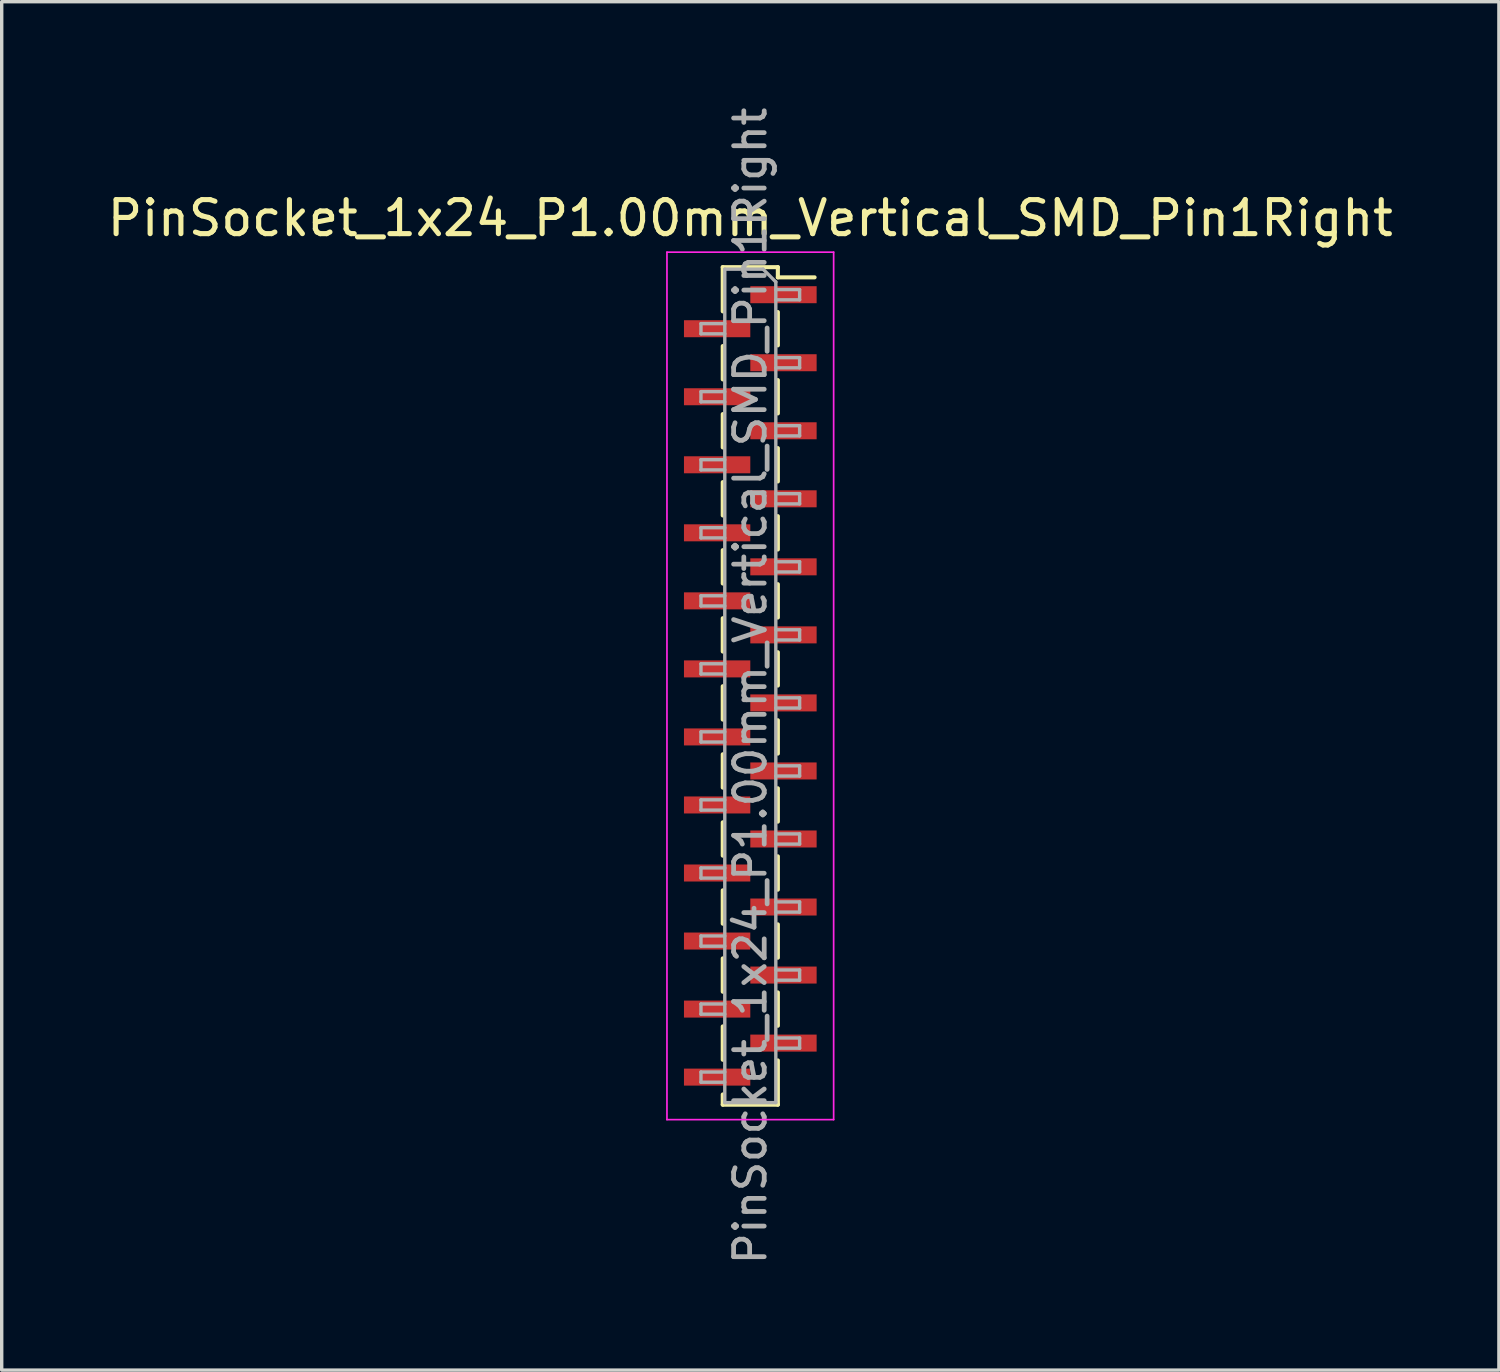
<source format=kicad_pcb>
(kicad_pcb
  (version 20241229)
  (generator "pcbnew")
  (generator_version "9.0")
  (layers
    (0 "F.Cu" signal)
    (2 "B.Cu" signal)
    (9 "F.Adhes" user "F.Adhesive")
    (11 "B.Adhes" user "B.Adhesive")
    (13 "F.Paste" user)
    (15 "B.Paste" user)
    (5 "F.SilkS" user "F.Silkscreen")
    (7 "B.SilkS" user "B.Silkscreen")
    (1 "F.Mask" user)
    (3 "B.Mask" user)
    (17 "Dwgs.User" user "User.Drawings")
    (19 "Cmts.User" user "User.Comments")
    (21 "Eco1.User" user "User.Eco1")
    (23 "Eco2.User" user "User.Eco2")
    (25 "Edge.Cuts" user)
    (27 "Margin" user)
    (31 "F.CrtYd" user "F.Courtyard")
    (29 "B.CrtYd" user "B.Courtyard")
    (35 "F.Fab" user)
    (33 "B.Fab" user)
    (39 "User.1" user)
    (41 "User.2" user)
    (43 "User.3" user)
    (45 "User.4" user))
  (footprint "PinSocket_1x24_P1.00mm_Vertical_SMD_Pin1Right"
    (layer "F.Cu")
    (at 19.006 17.113)
    (property "Reference" "PinSocket_1x24_P1.00mm_Vertical_SMD_Pin1Right" (at 0 -13.75 0) (layer "F.SilkS") (effects (font (size 1 1) (thickness 0.15))))
    (attr smd)
    (fp_line (start -0.81 -12.31) (end -0.81 -11.01) (stroke (width 0.12) (type solid)) (layer "F.SilkS"))
    (fp_line (start -0.81 -12.31) (end 0.81 -12.31) (stroke (width 0.12) (type solid)) (layer "F.SilkS"))
    (fp_line (start -0.81 -9.99) (end -0.81 -9.01) (stroke (width 0.12) (type solid)) (layer "F.SilkS"))
    (fp_line (start -0.81 -7.99) (end -0.81 -7.01) (stroke (width 0.12) (type solid)) (layer "F.SilkS"))
    (fp_line (start -0.81 -5.99) (end -0.81 -5.01) (stroke (width 0.12) (type solid)) (layer "F.SilkS"))
    (fp_line (start -0.81 -3.99) (end -0.81 -3.01) (stroke (width 0.12) (type solid)) (layer "F.SilkS"))
    (fp_line (start -0.81 -1.99) (end -0.81 -1.01) (stroke (width 0.12) (type solid)) (layer "F.SilkS"))
    (fp_line (start -0.81 0.01) (end -0.81 0.99) (stroke (width 0.12) (type solid)) (layer "F.SilkS"))
    (fp_line (start -0.81 2.01) (end -0.81 2.99) (stroke (width 0.12) (type solid)) (layer "F.SilkS"))
    (fp_line (start -0.81 4.01) (end -0.81 4.99) (stroke (width 0.12) (type solid)) (layer "F.SilkS"))
    (fp_line (start -0.81 6.01) (end -0.81 6.99) (stroke (width 0.12) (type solid)) (layer "F.SilkS"))
    (fp_line (start -0.81 8.01) (end -0.81 8.99) (stroke (width 0.12) (type solid)) (layer "F.SilkS"))
    (fp_line (start -0.81 10.01) (end -0.81 10.99) (stroke (width 0.12) (type solid)) (layer "F.SilkS"))
    (fp_line (start -0.81 12.01) (end -0.81 12.31) (stroke (width 0.12) (type solid)) (layer "F.SilkS"))
    (fp_line (start -0.81 12.31) (end 0.81 12.31) (stroke (width 0.12) (type solid)) (layer "F.SilkS"))
    (fp_line (start 0.81 -12.31) (end 0.81 -12.01) (stroke (width 0.12) (type solid)) (layer "F.SilkS"))
    (fp_line (start 0.81 -12.01) (end 1.89 -12.01) (stroke (width 0.12) (type solid)) (layer "F.SilkS"))
    (fp_line (start 0.81 -10.99) (end 0.81 -10.01) (stroke (width 0.12) (type solid)) (layer "F.SilkS"))
    (fp_line (start 0.81 -8.99) (end 0.81 -8.01) (stroke (width 0.12) (type solid)) (layer "F.SilkS"))
    (fp_line (start 0.81 -6.99) (end 0.81 -6.01) (stroke (width 0.12) (type solid)) (layer "F.SilkS"))
    (fp_line (start 0.81 -4.99) (end 0.81 -4.01) (stroke (width 0.12) (type solid)) (layer "F.SilkS"))
    (fp_line (start 0.81 -2.99) (end 0.81 -2.01) (stroke (width 0.12) (type solid)) (layer "F.SilkS"))
    (fp_line (start 0.81 -0.99) (end 0.81 -0.01) (stroke (width 0.12) (type solid)) (layer "F.SilkS"))
    (fp_line (start 0.81 1.01) (end 0.81 1.99) (stroke (width 0.12) (type solid)) (layer "F.SilkS"))
    (fp_line (start 0.81 3.01) (end 0.81 3.99) (stroke (width 0.12) (type solid)) (layer "F.SilkS"))
    (fp_line (start 0.81 5.01) (end 0.81 5.99) (stroke (width 0.12) (type solid)) (layer "F.SilkS"))
    (fp_line (start 0.81 7.01) (end 0.81 7.99) (stroke (width 0.12) (type solid)) (layer "F.SilkS"))
    (fp_line (start 0.81 9.01) (end 0.81 9.99) (stroke (width 0.12) (type solid)) (layer "F.SilkS"))
    (fp_line (start 0.81 11.01) (end 0.81 12.31) (stroke (width 0.12) (type solid)) (layer "F.SilkS"))
    (fp_line (start -2.45 -12.75) (end 2.45 -12.75) (stroke (width 0.05) (type solid)) (layer "F.CrtYd"))
    (fp_line (start -2.45 12.75) (end -2.45 -12.75) (stroke (width 0.05) (type solid)) (layer "F.CrtYd"))
    (fp_line (start 2.45 -12.75) (end 2.45 12.75) (stroke (width 0.05) (type solid)) (layer "F.CrtYd"))
    (fp_line (start 2.45 12.75) (end -2.45 12.75) (stroke (width 0.05) (type solid)) (layer "F.CrtYd"))
    (fp_line (start -1.45 -10.65) (end -0.75 -10.65) (stroke (width 0.1) (type solid)) (layer "F.Fab"))
    (fp_line (start -1.45 -10.35) (end -1.45 -10.65) (stroke (width 0.1) (type solid)) (layer "F.Fab"))
    (fp_line (start -1.45 -8.65) (end -0.75 -8.65) (stroke (width 0.1) (type solid)) (layer "F.Fab"))
    (fp_line (start -1.45 -8.35) (end -1.45 -8.65) (stroke (width 0.1) (type solid)) (layer "F.Fab"))
    (fp_line (start -1.45 -6.65) (end -0.75 -6.65) (stroke (width 0.1) (type solid)) (layer "F.Fab"))
    (fp_line (start -1.45 -6.35) (end -1.45 -6.65) (stroke (width 0.1) (type solid)) (layer "F.Fab"))
    (fp_line (start -1.45 -4.65) (end -0.75 -4.65) (stroke (width 0.1) (type solid)) (layer "F.Fab"))
    (fp_line (start -1.45 -4.35) (end -1.45 -4.65) (stroke (width 0.1) (type solid)) (layer "F.Fab"))
    (fp_line (start -1.45 -2.65) (end -0.75 -2.65) (stroke (width 0.1) (type solid)) (layer "F.Fab"))
    (fp_line (start -1.45 -2.35) (end -1.45 -2.65) (stroke (width 0.1) (type solid)) (layer "F.Fab"))
    (fp_line (start -1.45 -0.65) (end -0.75 -0.65) (stroke (width 0.1) (type solid)) (layer "F.Fab"))
    (fp_line (start -1.45 -0.35) (end -1.45 -0.65) (stroke (width 0.1) (type solid)) (layer "F.Fab"))
    (fp_line (start -1.45 1.35) (end -0.75 1.35) (stroke (width 0.1) (type solid)) (layer "F.Fab"))
    (fp_line (start -1.45 1.65) (end -1.45 1.35) (stroke (width 0.1) (type solid)) (layer "F.Fab"))
    (fp_line (start -1.45 3.35) (end -0.75 3.35) (stroke (width 0.1) (type solid)) (layer "F.Fab"))
    (fp_line (start -1.45 3.65) (end -1.45 3.35) (stroke (width 0.1) (type solid)) (layer "F.Fab"))
    (fp_line (start -1.45 5.35) (end -0.75 5.35) (stroke (width 0.1) (type solid)) (layer "F.Fab"))
    (fp_line (start -1.45 5.65) (end -1.45 5.35) (stroke (width 0.1) (type solid)) (layer "F.Fab"))
    (fp_line (start -1.45 7.35) (end -0.75 7.35) (stroke (width 0.1) (type solid)) (layer "F.Fab"))
    (fp_line (start -1.45 7.65) (end -1.45 7.35) (stroke (width 0.1) (type solid)) (layer "F.Fab"))
    (fp_line (start -1.45 9.35) (end -0.75 9.35) (stroke (width 0.1) (type solid)) (layer "F.Fab"))
    (fp_line (start -1.45 9.65) (end -1.45 9.35) (stroke (width 0.1) (type solid)) (layer "F.Fab"))
    (fp_line (start -1.45 11.35) (end -0.75 11.35) (stroke (width 0.1) (type solid)) (layer "F.Fab"))
    (fp_line (start -1.45 11.65) (end -1.45 11.35) (stroke (width 0.1) (type solid)) (layer "F.Fab"))
    (fp_line (start -0.75 -12.25) (end 0.375 -12.25) (stroke (width 0.1) (type solid)) (layer "F.Fab"))
    (fp_line (start -0.75 -10.35) (end -1.45 -10.35) (stroke (width 0.1) (type solid)) (layer "F.Fab"))
    (fp_line (start -0.75 -8.35) (end -1.45 -8.35) (stroke (width 0.1) (type solid)) (layer "F.Fab"))
    (fp_line (start -0.75 -6.35) (end -1.45 -6.35) (stroke (width 0.1) (type solid)) (layer "F.Fab"))
    (fp_line (start -0.75 -4.35) (end -1.45 -4.35) (stroke (width 0.1) (type solid)) (layer "F.Fab"))
    (fp_line (start -0.75 -2.35) (end -1.45 -2.35) (stroke (width 0.1) (type solid)) (layer "F.Fab"))
    (fp_line (start -0.75 -0.35) (end -1.45 -0.35) (stroke (width 0.1) (type solid)) (layer "F.Fab"))
    (fp_line (start -0.75 1.65) (end -1.45 1.65) (stroke (width 0.1) (type solid)) (layer "F.Fab"))
    (fp_line (start -0.75 3.65) (end -1.45 3.65) (stroke (width 0.1) (type solid)) (layer "F.Fab"))
    (fp_line (start -0.75 5.65) (end -1.45 5.65) (stroke (width 0.1) (type solid)) (layer "F.Fab"))
    (fp_line (start -0.75 7.65) (end -1.45 7.65) (stroke (width 0.1) (type solid)) (layer "F.Fab"))
    (fp_line (start -0.75 9.65) (end -1.45 9.65) (stroke (width 0.1) (type solid)) (layer "F.Fab"))
    (fp_line (start -0.75 11.65) (end -1.45 11.65) (stroke (width 0.1) (type solid)) (layer "F.Fab"))
    (fp_line (start -0.75 12.25) (end -0.75 -12.25) (stroke (width 0.1) (type solid)) (layer "F.Fab"))
    (fp_line (start 0.375 -12.25) (end 0.75 -11.875) (stroke (width 0.1) (type solid)) (layer "F.Fab"))
    (fp_line (start 0.75 -11.875) (end 0.75 12.25) (stroke (width 0.1) (type solid)) (layer "F.Fab"))
    (fp_line (start 0.75 -11.65) (end 1.45 -11.65) (stroke (width 0.1) (type solid)) (layer "F.Fab"))
    (fp_line (start 0.75 -9.65) (end 1.45 -9.65) (stroke (width 0.1) (type solid)) (layer "F.Fab"))
    (fp_line (start 0.75 -7.65) (end 1.45 -7.65) (stroke (width 0.1) (type solid)) (layer "F.Fab"))
    (fp_line (start 0.75 -5.65) (end 1.45 -5.65) (stroke (width 0.1) (type solid)) (layer "F.Fab"))
    (fp_line (start 0.75 -3.65) (end 1.45 -3.65) (stroke (width 0.1) (type solid)) (layer "F.Fab"))
    (fp_line (start 0.75 -1.65) (end 1.45 -1.65) (stroke (width 0.1) (type solid)) (layer "F.Fab"))
    (fp_line (start 0.75 0.35) (end 1.45 0.35) (stroke (width 0.1) (type solid)) (layer "F.Fab"))
    (fp_line (start 0.75 2.35) (end 1.45 2.35) (stroke (width 0.1) (type solid)) (layer "F.Fab"))
    (fp_line (start 0.75 4.35) (end 1.45 4.35) (stroke (width 0.1) (type solid)) (layer "F.Fab"))
    (fp_line (start 0.75 6.35) (end 1.45 6.35) (stroke (width 0.1) (type solid)) (layer "F.Fab"))
    (fp_line (start 0.75 8.35) (end 1.45 8.35) (stroke (width 0.1) (type solid)) (layer "F.Fab"))
    (fp_line (start 0.75 10.35) (end 1.45 10.35) (stroke (width 0.1) (type solid)) (layer "F.Fab"))
    (fp_line (start 0.75 12.25) (end -0.75 12.25) (stroke (width 0.1) (type solid)) (layer "F.Fab"))
    (fp_line (start 1.45 -11.65) (end 1.45 -11.35) (stroke (width 0.1) (type solid)) (layer "F.Fab"))
    (fp_line (start 1.45 -11.35) (end 0.75 -11.35) (stroke (width 0.1) (type solid)) (layer "F.Fab"))
    (fp_line (start 1.45 -9.65) (end 1.45 -9.35) (stroke (width 0.1) (type solid)) (layer "F.Fab"))
    (fp_line (start 1.45 -9.35) (end 0.75 -9.35) (stroke (width 0.1) (type solid)) (layer "F.Fab"))
    (fp_line (start 1.45 -7.65) (end 1.45 -7.35) (stroke (width 0.1) (type solid)) (layer "F.Fab"))
    (fp_line (start 1.45 -7.35) (end 0.75 -7.35) (stroke (width 0.1) (type solid)) (layer "F.Fab"))
    (fp_line (start 1.45 -5.65) (end 1.45 -5.35) (stroke (width 0.1) (type solid)) (layer "F.Fab"))
    (fp_line (start 1.45 -5.35) (end 0.75 -5.35) (stroke (width 0.1) (type solid)) (layer "F.Fab"))
    (fp_line (start 1.45 -3.65) (end 1.45 -3.35) (stroke (width 0.1) (type solid)) (layer "F.Fab"))
    (fp_line (start 1.45 -3.35) (end 0.75 -3.35) (stroke (width 0.1) (type solid)) (layer "F.Fab"))
    (fp_line (start 1.45 -1.65) (end 1.45 -1.35) (stroke (width 0.1) (type solid)) (layer "F.Fab"))
    (fp_line (start 1.45 -1.35) (end 0.75 -1.35) (stroke (width 0.1) (type solid)) (layer "F.Fab"))
    (fp_line (start 1.45 0.35) (end 1.45 0.65) (stroke (width 0.1) (type solid)) (layer "F.Fab"))
    (fp_line (start 1.45 0.65) (end 0.75 0.65) (stroke (width 0.1) (type solid)) (layer "F.Fab"))
    (fp_line (start 1.45 2.35) (end 1.45 2.65) (stroke (width 0.1) (type solid)) (layer "F.Fab"))
    (fp_line (start 1.45 2.65) (end 0.75 2.65) (stroke (width 0.1) (type solid)) (layer "F.Fab"))
    (fp_line (start 1.45 4.35) (end 1.45 4.65) (stroke (width 0.1) (type solid)) (layer "F.Fab"))
    (fp_line (start 1.45 4.65) (end 0.75 4.65) (stroke (width 0.1) (type solid)) (layer "F.Fab"))
    (fp_line (start 1.45 6.35) (end 1.45 6.65) (stroke (width 0.1) (type solid)) (layer "F.Fab"))
    (fp_line (start 1.45 6.65) (end 0.75 6.65) (stroke (width 0.1) (type solid)) (layer "F.Fab"))
    (fp_line (start 1.45 8.35) (end 1.45 8.65) (stroke (width 0.1) (type solid)) (layer "F.Fab"))
    (fp_line (start 1.45 8.65) (end 0.75 8.65) (stroke (width 0.1) (type solid)) (layer "F.Fab"))
    (fp_line (start 1.45 10.35) (end 1.45 10.65) (stroke (width 0.1) (type solid)) (layer "F.Fab"))
    (fp_line (start 1.45 10.65) (end 0.75 10.65) (stroke (width 0.1) (type solid)) (layer "F.Fab"))
    (fp_text user "${REFERENCE}" (at 0 0 90) (layer "F.Fab") (effects (font (size 0.9 0.9) (thickness 0.14))))
    (pad "1" smd rect (at 0.975 -11.5) (size 1.95 0.5) (layers "F.Cu" "F.Mask" "F.Paste"))
    (pad "2" smd rect (at -0.975 -10.5) (size 1.95 0.5) (layers "F.Cu" "F.Mask" "F.Paste"))
    (pad "3" smd rect (at 0.975 -9.5) (size 1.95 0.5) (layers "F.Cu" "F.Mask" "F.Paste"))
    (pad "4" smd rect (at -0.975 -8.5) (size 1.95 0.5) (layers "F.Cu" "F.Mask" "F.Paste"))
    (pad "5" smd rect (at 0.975 -7.5) (size 1.95 0.5) (layers "F.Cu" "F.Mask" "F.Paste"))
    (pad "6" smd rect (at -0.975 -6.5) (size 1.95 0.5) (layers "F.Cu" "F.Mask" "F.Paste"))
    (pad "7" smd rect (at 0.975 -5.5) (size 1.95 0.5) (layers "F.Cu" "F.Mask" "F.Paste"))
    (pad "8" smd rect (at -0.975 -4.5) (size 1.95 0.5) (layers "F.Cu" "F.Mask" "F.Paste"))
    (pad "9" smd rect (at 0.975 -3.5) (size 1.95 0.5) (layers "F.Cu" "F.Mask" "F.Paste"))
    (pad "10" smd rect (at -0.975 -2.5) (size 1.95 0.5) (layers "F.Cu" "F.Mask" "F.Paste"))
    (pad "11" smd rect (at 0.975 -1.5) (size 1.95 0.5) (layers "F.Cu" "F.Mask" "F.Paste"))
    (pad "12" smd rect (at -0.975 -0.5) (size 1.95 0.5) (layers "F.Cu" "F.Mask" "F.Paste"))
    (pad "13" smd rect (at 0.975 0.5) (size 1.95 0.5) (layers "F.Cu" "F.Mask" "F.Paste"))
    (pad "14" smd rect (at -0.975 1.5) (size 1.95 0.5) (layers "F.Cu" "F.Mask" "F.Paste"))
    (pad "15" smd rect (at 0.975 2.5) (size 1.95 0.5) (layers "F.Cu" "F.Mask" "F.Paste"))
    (pad "16" smd rect (at -0.975 3.5) (size 1.95 0.5) (layers "F.Cu" "F.Mask" "F.Paste"))
    (pad "17" smd rect (at 0.975 4.5) (size 1.95 0.5) (layers "F.Cu" "F.Mask" "F.Paste"))
    (pad "18" smd rect (at -0.975 5.5) (size 1.95 0.5) (layers "F.Cu" "F.Mask" "F.Paste"))
    (pad "19" smd rect (at 0.975 6.5) (size 1.95 0.5) (layers "F.Cu" "F.Mask" "F.Paste"))
    (pad "20" smd rect (at -0.975 7.5) (size 1.95 0.5) (layers "F.Cu" "F.Mask" "F.Paste"))
    (pad "21" smd rect (at 0.975 8.5) (size 1.95 0.5) (layers "F.Cu" "F.Mask" "F.Paste"))
    (pad "22" smd rect (at -0.975 9.5) (size 1.95 0.5) (layers "F.Cu" "F.Mask" "F.Paste"))
    (pad "23" smd rect (at 0.975 10.5) (size 1.95 0.5) (layers "F.Cu" "F.Mask" "F.Paste"))
    (pad "24" smd rect (at -0.975 11.5) (size 1.95 0.5) (layers "F.Cu" "F.Mask" "F.Paste")))
  (gr_rect
    (start -3 -3)
    (end 41.012 37.226)
    (stroke (width 0.1) (type default))
    (fill no)
    (layer "Edge.Cuts")))
</source>
